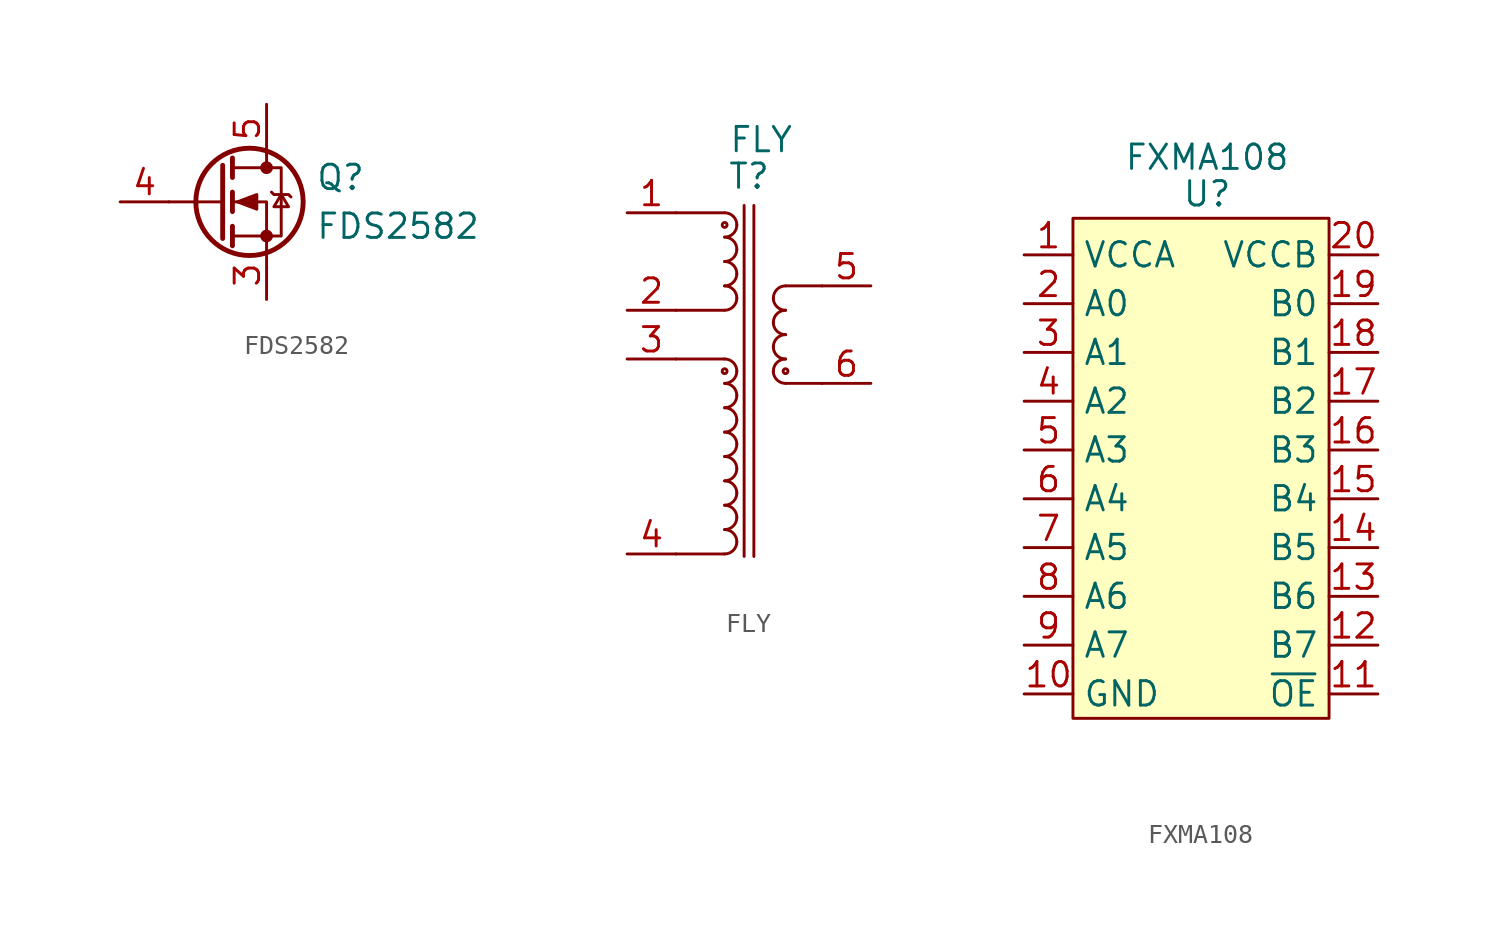
<source format=kicad_sym>
(kicad_symbol_lib
  (version 20200126)
  (host kicad_symbol_editor "5.99.0-unknown-4efed4b~101~ubuntu20.04.1")
  (symbol "h75_poe:FDS2582"
    (pin_names
      (offset 0) hide)
    (property "Reference" "Q"
      (at 5.08 1.27 0)
      (effects (font (size 1.27 1.27)) (justify left)))
    (property "Value" "FDS2582"
      (at 5.08 -1.27 0)
      (effects (font (size 1.27 1.27)) (justify left)))
    (symbol "FDS2582_0_1"
      (circle (center 1.651 0) (radius 2.794) (stroke (width 0.254)))
      (circle (center 2.54 -1.778) (radius 0.254) (fill (type outline)))
      (circle (center 2.54 1.778) (radius 0.254) (fill (type outline)))
      (polyline (pts (xy 0.254 0) (xy -2.54 0)))
      (polyline (pts (xy 0.254 1.905) (xy 0.254 -1.905)) (stroke (width 0.254)))
      (polyline (pts (xy 0.762 -1.27) (xy 0.762 -2.286)) (stroke (width 0.254)))
      (polyline (pts (xy 0.762 0.508) (xy 0.762 -0.508)) (stroke (width 0.254)))
      (polyline (pts (xy 0.762 2.286) (xy 0.762 1.27)) (stroke (width 0.254)))
      (polyline (pts (xy 2.54 2.54) (xy 2.54 1.778)))
      (polyline (pts (xy 2.54 -2.54) (xy 2.54 0) (xy 0.762 0)))
      (polyline (pts (xy 0.762 -1.778) (xy 3.302 -1.778) (xy 3.302 1.778) (xy 0.762 1.778)))
      (polyline (pts (xy 1.016 0) (xy 2.032 0.381) (xy 2.032 -0.381) (xy 1.016 0)) (fill (type outline)))
      (polyline (pts (xy 2.794 0.508) (xy 2.921 0.381) (xy 3.683 0.381) (xy 3.81 0.254)))
      (polyline (pts (xy 3.302 0.381) (xy 2.921 -0.254) (xy 3.683 -0.254) (xy 3.302 0.381))))
    (symbol "FDS2582_1_1"
      (pin passive line (at 2.54 5.08 270) (length 2.54) (name "D") (number "5"))
      (pin input line (at -5.08 0 0) (length 2.54) (name "G") (number "4"))
      (pin passive line (at 2.54 -5.08 90) (length 2.54) (name "S") (number "3"))
      (pin passive line (at 2.54 -5.08 90) (length 2.54) (name "S") (number "1") hide)
      (pin passive line (at 2.54 -5.08 90) (length 2.54) (name "S") (number "2") hide)
      (pin passive line (at 2.54 5.08 270) (length 2.54) (name "D") (number "6") hide)
      (pin passive line (at 2.54 5.08 270) (length 2.54) (name "D") (number "6") hide)
      (pin passive line (at 2.54 5.08 270) (length 2.54) (name "D") (number "7") hide)
      (pin passive line (at 2.54 5.08 270) (length 2.54) (name "D") (number "8") hide)))
  (symbol "h75_poe:FLY"
    (property "Reference" "T"
      (at 0 0 0))
    (property "Value" "FLY"
      (at 0.635 1.905 0))
    (symbol "FLY_0_1"
      (arc (start -1.27 -6.985) (end -0.635 -6.35) (radius (at -1.27 -6.35) (length 0.635) (angles -90 0)))
      (arc (start -0.635 -6.35) (end -1.27 -5.715) (radius (at -1.27 -6.35) (length 0.635) (angles 0 90)))
      (arc (start -1.27 -5.715) (end -0.635 -5.08) (radius (at -1.27 -5.08) (length 0.635) (angles -90 0)))
      (arc (start -0.635 -5.08) (end -1.27 -4.445) (radius (at -1.27 -5.08) (length 0.635) (angles 0 90)))
      (arc (start -1.27 -4.445) (end -0.635 -3.81) (radius (at -1.27 -3.81) (length 0.635) (angles -90 0)))
      (arc (start -0.635 -3.81) (end -1.27 -3.175) (radius (at -1.27 -3.81) (length 0.635) (angles 0 90)))
      (arc (start -1.27 -3.175) (end -0.635 -2.54) (radius (at -1.27 -2.54) (length 0.635) (angles -90 0)))
      (arc (start -0.635 -2.54) (end -1.27 -1.905) (radius (at -1.27 -2.54) (length 0.635) (angles 0 90)))
      (arc (start -1.27 -14.605) (end -0.635 -13.97) (radius (at -1.27 -13.97) (length 0.635) (angles -90 0)))
      (arc (start -0.635 -13.97) (end -1.27 -13.335) (radius (at -1.27 -13.97) (length 0.635) (angles 0 90)))
      (arc (start -1.27 -13.335) (end -0.635 -12.7) (radius (at -1.27 -12.7) (length 0.635) (angles -90 0)))
      (arc (start -0.635 -12.7) (end -1.27 -12.065) (radius (at -1.27 -12.7) (length 0.635) (angles 0 90)))
      (arc (start -1.27 -12.065) (end -0.635 -11.43) (radius (at -1.27 -11.43) (length 0.635) (angles -90 0)))
      (arc (start -0.635 -11.43) (end -1.27 -10.795) (radius (at -1.27 -11.43) (length 0.635) (angles 0 90)))
      (arc (start -1.27 -10.795) (end -0.635 -10.16) (radius (at -1.27 -10.16) (length 0.635) (angles -90 0)))
      (arc (start -0.635 -10.16) (end -1.27 -9.525) (radius (at -1.27 -10.16) (length 0.635) (angles 0 90)))
      (arc (start -1.27 -19.685) (end -0.635 -19.05) (radius (at -1.27 -19.05) (length 0.635) (angles -90 0)))
      (arc (start -0.635 -19.05) (end -1.27 -18.415) (radius (at -1.27 -19.05) (length 0.635) (angles 0 90)))
      (arc (start -1.27 -18.415) (end -0.635 -17.78) (radius (at -1.27 -17.78) (length 0.635) (angles -90 0)))
      (arc (start -0.635 -17.78) (end -1.27 -17.145) (radius (at -1.27 -17.78) (length 0.635) (angles 0 90)))
      (arc (start -1.27 -17.145) (end -0.635 -16.51) (radius (at -1.27 -16.51) (length 0.635) (angles -90 0)))
      (arc (start -0.635 -16.51) (end -1.27 -15.875) (radius (at -1.27 -16.51) (length 0.635) (angles 0 90)))
      (arc (start -1.27 -15.875) (end -0.635 -15.24) (radius (at -1.27 -15.24) (length 0.635) (angles -90 0)))
      (arc (start -0.635 -15.24) (end -1.27 -14.605) (radius (at -1.27 -15.24) (length 0.635) (angles 0 90)))
      (arc (start 1.27 -10.16) (end 1.905 -10.795) (radius (at 1.905 -10.16) (length 0.635) (angles 180 -90)))
      (arc (start 1.905 -9.525) (end 1.27 -10.16) (radius (at 1.905 -10.16) (length 0.635) (angles 90 180)))
      (arc (start 1.27 -8.89) (end 1.905 -9.525) (radius (at 1.905 -8.89) (length 0.635) (angles 180 -90)))
      (arc (start 1.905 -8.255) (end 1.27 -8.89) (radius (at 1.905 -8.89) (length 0.635) (angles 90 180)))
      (arc (start 1.27 -7.62) (end 1.905 -8.255) (radius (at 1.905 -7.62) (length 0.635) (angles 180 -90)))
      (arc (start 1.905 -6.985) (end 1.27 -7.62) (radius (at 1.905 -7.62) (length 0.635) (angles 90 180)))
      (arc (start 1.27 -6.35) (end 1.905 -6.985) (radius (at 1.905 -6.35) (length 0.635) (angles 180 -90)))
      (arc (start 1.905 -5.715) (end 1.27 -6.35) (radius (at 1.905 -6.35) (length 0.635) (angles 90 180)))
      (circle (center -1.27 -2.54) (radius 0.127))
      (circle (center -1.27 -10.16) (radius 0.127))
      (circle (center 1.905 -10.16) (radius 0.127))
      (polyline (pts (xy -1.27 -1.905) (xy -3.81 -1.905)))
      (polyline (pts (xy -1.27 -6.985) (xy -3.81 -6.985)))
      (polyline (pts (xy -1.27 -9.525) (xy -3.81 -9.525)))
      (polyline (pts (xy -1.27 -19.685) (xy -3.81 -19.685)))
      (polyline (pts (xy 1.905 -5.715) (xy 3.81 -5.715)))
      (polyline (pts (xy 1.905 -10.795) (xy 3.81 -10.795)))
      (polyline (pts (xy -0.254 -1.524) (xy -0.254 -19.812)))
      (polyline (pts (xy 0.254 -1.524) (xy 0.254 -19.812))))
    (symbol "FLY_1_1"
      (pin input line (at -6.35 -1.905 0) (length 2.54) (name "~") (number "1"))
      (pin input line (at -6.35 -6.985 0) (length 2.54) (name "~") (number "2"))
      (pin input line (at -6.35 -9.525 0) (length 2.54) (name "~") (number "3"))
      (pin input line (at -6.35 -19.685 0) (length 2.54) (name "~") (number "4"))
      (pin input line (at 6.35 -5.715 180) (length 2.54) (name "~") (number "5"))
      (pin input line (at 6.35 -10.795 180) (length 2.54) (name "~") (number "6"))))
  (symbol "h75_poe:FXMA108"
    (property "Reference" "U"
      (at 0 1.27 0))
    (property "Value" "FXMA108"
      (at 0 3.175 0))
    (symbol "FXMA108_0_1"
      (rectangle (start -6.985 0) (end 6.35 -26.035) (stroke (width 0.152)) (fill (type background))))
    (symbol "FXMA108_0_0"
      (pin unspecified line (at -9.525 -1.905 0) (length 2.54) (name "VCCA") (number "1"))
      (pin unspecified line (at -9.525 -4.445 0) (length 2.54) (name "A0") (number "2"))
      (pin unspecified line (at -9.525 -6.985 0) (length 2.54) (name "A1") (number "3"))
      (pin unspecified line (at -9.525 -9.525 0) (length 2.54) (name "A2") (number "4"))
      (pin unspecified line (at -9.525 -12.065 0) (length 2.54) (name "A3") (number "5"))
      (pin unspecified line (at -9.525 -14.605 0) (length 2.54) (name "A4") (number "6"))
      (pin unspecified line (at -9.525 -17.145 0) (length 2.54) (name "A5") (number "7"))
      (pin unspecified line (at -9.525 -19.685 0) (length 2.54) (name "A6") (number "8"))
      (pin unspecified line (at -9.525 -22.225 0) (length 2.54) (name "A7") (number "9"))
      (pin unspecified line (at -9.525 -24.765 0) (length 2.54) (name "GND") (number "10"))
      (pin unspecified line (at 8.89 -24.765 180) (length 2.54) (name "~OE") (number "11"))
      (pin unspecified line (at 8.89 -22.225 180) (length 2.54) (name "B7") (number "12"))
      (pin unspecified line (at 8.89 -19.685 180) (length 2.54) (name "B6") (number "13"))
      (pin unspecified line (at 8.89 -17.145 180) (length 2.54) (name "B5") (number "14"))
      (pin unspecified line (at 8.89 -14.605 180) (length 2.54) (name "B4") (number "15"))
      (pin unspecified line (at 8.89 -12.065 180) (length 2.54) (name "B3") (number "16"))
      (pin unspecified line (at 8.89 -9.525 180) (length 2.54) (name "B2") (number "17"))
      (pin unspecified line (at 8.89 -6.985 180) (length 2.54) (name "B1") (number "18"))
      (pin unspecified line (at 8.89 -4.445 180) (length 2.54) (name "B0") (number "19"))
      (pin unspecified line (at 8.89 -1.905 180) (length 2.54) (name "VCCB") (number "20"))
      (pin unconnected line (at 0 -27.94 90) (length 2.54) (name "EP") (number "21") hide))))
</source>
